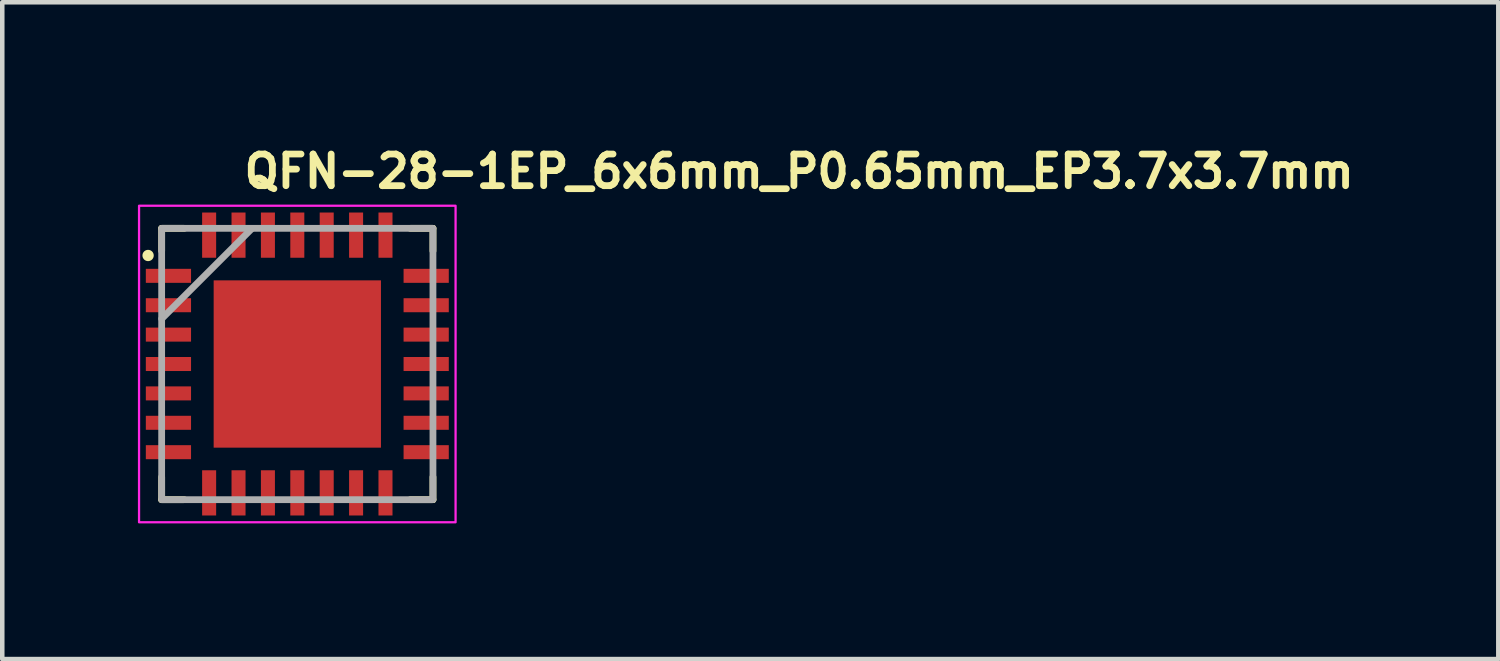
<source format=kicad_pcb>
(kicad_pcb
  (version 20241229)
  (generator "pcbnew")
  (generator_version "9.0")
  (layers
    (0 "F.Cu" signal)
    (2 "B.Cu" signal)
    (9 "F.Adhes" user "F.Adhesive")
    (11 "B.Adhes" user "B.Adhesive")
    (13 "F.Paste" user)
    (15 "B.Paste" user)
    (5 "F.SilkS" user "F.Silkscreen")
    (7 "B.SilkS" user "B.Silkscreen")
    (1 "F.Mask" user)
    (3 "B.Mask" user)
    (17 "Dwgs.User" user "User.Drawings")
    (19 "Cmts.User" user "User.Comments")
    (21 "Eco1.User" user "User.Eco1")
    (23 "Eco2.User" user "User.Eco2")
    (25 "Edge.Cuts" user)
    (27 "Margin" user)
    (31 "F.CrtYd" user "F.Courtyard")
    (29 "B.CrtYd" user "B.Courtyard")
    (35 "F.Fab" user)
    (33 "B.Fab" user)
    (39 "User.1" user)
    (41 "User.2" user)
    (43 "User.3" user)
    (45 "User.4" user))
  (footprint "QFN-28-1EP_6x6mm_P0.65mm_EP3.7x3.7mm"
    (layer "F.Cu")
    (at 3.525 5)
    (property "Reference" "QFN-28-1EP_6x6mm_P0.65mm_EP3.7x3.7mm" (at -1.25 -3.85 0) (layer "F.SilkS") (effects (font (size 0.7 0.7) (thickness 0.15)) (justify left bottom)))
    (attr smd)
    (fp_line (start -3 -3) (end -3 -2.5) (stroke (width 0.15) (type solid)) (layer "F.SilkS"))
    (fp_line (start -3 -3) (end -2.5 -3) (stroke (width 0.15) (type solid)) (layer "F.SilkS"))
    (fp_line (start -3 3) (end -3 2.5) (stroke (width 0.15) (type solid)) (layer "F.SilkS"))
    (fp_line (start -3 3) (end -2.5 3) (stroke (width 0.15) (type solid)) (layer "F.SilkS"))
    (fp_line (start 3 -3) (end 2.5 -3) (stroke (width 0.15) (type solid)) (layer "F.SilkS"))
    (fp_line (start 3 -3) (end 3 -2.5) (stroke (width 0.15) (type solid)) (layer "F.SilkS"))
    (fp_line (start 3 3) (end 2.5 3) (stroke (width 0.15) (type solid)) (layer "F.SilkS"))
    (fp_line (start 3 3) (end 3 2.5) (stroke (width 0.15) (type solid)) (layer "F.SilkS"))
    (fp_circle (center -3.3 -2.4) (end -3.25 -2.4) (stroke (width 0.15) (type solid)) (fill yes) (layer "F.SilkS"))
    (fp_poly (pts (xy -1.17 -1.17) (xy 1.17 -1.17) (xy 1.17 1.17) (xy -1.17 1.17)) (stroke (width 0.01) (type solid)) (fill yes) (layer "F.Paste"))
    (fp_rect (start -3.5 -3.5) (end 3.5 3.5) (stroke (width 0.05) (type solid)) (fill no) (layer "F.CrtYd"))
    (fp_line (start -3 -1) (end -1 -3) (stroke (width 0.15) (type solid)) (layer "F.Fab"))
    (fp_rect (start -3 -3) (end 3 3) (stroke (width 0.15) (type solid)) (fill no) (layer "F.Fab"))
    (fp_rect (start -3.01 -3.01) (end 3.01 3.01) (stroke (width 0.1) (type solid)) (fill no) (layer "User.5"))
    (fp_line (start -3.01 -2.1) (end -3 -2.1) (stroke (width 0.02) (type solid)) (layer "User.9"))
    (fp_line (start -3.01 -1.8) (end -3.01 -2.1) (stroke (width 0.02) (type solid)) (layer "User.9"))
    (fp_line (start -3.01 -1.45) (end -3 -1.45) (stroke (width 0.02) (type solid)) (layer "User.9"))
    (fp_line (start -3.01 -1.15) (end -3.01 -1.45) (stroke (width 0.02) (type solid)) (layer "User.9"))
    (fp_line (start -3.01 -0.8) (end -3 -0.8) (stroke (width 0.02) (type solid)) (layer "User.9"))
    (fp_line (start -3.01 -0.5) (end -3.01 -0.8) (stroke (width 0.02) (type solid)) (layer "User.9"))
    (fp_line (start -3.01 -0.15) (end -3 -0.15) (stroke (width 0.02) (type solid)) (layer "User.9"))
    (fp_line (start -3.01 0.15) (end -3.01 -0.15) (stroke (width 0.02) (type solid)) (layer "User.9"))
    (fp_line (start -3.01 0.5) (end -3 0.5) (stroke (width 0.02) (type solid)) (layer "User.9"))
    (fp_line (start -3.01 0.8) (end -3.01 0.5) (stroke (width 0.02) (type solid)) (layer "User.9"))
    (fp_line (start -3.01 1.15) (end -3 1.15) (stroke (width 0.02) (type solid)) (layer "User.9"))
    (fp_line (start -3.01 1.45) (end -3.01 1.15) (stroke (width 0.02) (type solid)) (layer "User.9"))
    (fp_line (start -3.01 1.8) (end -3 1.8) (stroke (width 0.02) (type solid)) (layer "User.9"))
    (fp_line (start -3.01 2.1) (end -3.01 1.8) (stroke (width 0.02) (type solid)) (layer "User.9"))
    (fp_line (start -3 -3) (end -3 3) (stroke (width 0.02) (type solid)) (layer "User.9"))
    (fp_line (start -3 -1.8) (end -3.01 -1.8) (stroke (width 0.02) (type solid)) (layer "User.9"))
    (fp_line (start -3 -1.15) (end -3.01 -1.15) (stroke (width 0.02) (type solid)) (layer "User.9"))
    (fp_line (start -3 -0.5) (end -3.01 -0.5) (stroke (width 0.02) (type solid)) (layer "User.9"))
    (fp_line (start -3 0.15) (end -3.01 0.15) (stroke (width 0.02) (type solid)) (layer "User.9"))
    (fp_line (start -3 0.8) (end -3.01 0.8) (stroke (width 0.02) (type solid)) (layer "User.9"))
    (fp_line (start -3 1.45) (end -3.01 1.45) (stroke (width 0.02) (type solid)) (layer "User.9"))
    (fp_line (start -3 2.1) (end -3.01 2.1) (stroke (width 0.02) (type solid)) (layer "User.9"))
    (fp_line (start -3 3) (end 3 3) (stroke (width 0.02) (type solid)) (layer "User.9"))
    (fp_line (start -2.55 -2.3) (end -2.549 -2.284) (stroke (width 0.02) (type solid)) (layer "User.9"))
    (fp_line (start -2.549 -2.316) (end -2.55 -2.3) (stroke (width 0.02) (type solid)) (layer "User.9"))
    (fp_line (start -2.549 -2.284) (end -2.548 -2.268) (stroke (width 0.02) (type solid)) (layer "User.9"))
    (fp_line (start -2.548 -2.332) (end -2.549 -2.316) (stroke (width 0.02) (type solid)) (layer "User.9"))
    (fp_line (start -2.548 -2.268) (end -2.545 -2.252) (stroke (width 0.02) (type solid)) (layer "User.9"))
    (fp_line (start -2.545 -2.348) (end -2.548 -2.332) (stroke (width 0.02) (type solid)) (layer "User.9"))
    (fp_line (start -2.545 -2.252) (end -2.542 -2.236) (stroke (width 0.02) (type solid)) (layer "User.9"))
    (fp_line (start -2.542 -2.364) (end -2.545 -2.348) (stroke (width 0.02) (type solid)) (layer "User.9"))
    (fp_line (start -2.542 -2.236) (end -2.537 -2.22) (stroke (width 0.02) (type solid)) (layer "User.9"))
    (fp_line (start -2.537 -2.38) (end -2.542 -2.364) (stroke (width 0.02) (type solid)) (layer "User.9"))
    (fp_line (start -2.537 -2.22) (end -2.531 -2.205) (stroke (width 0.02) (type solid)) (layer "User.9"))
    (fp_line (start -2.531 -2.395) (end -2.537 -2.38) (stroke (width 0.02) (type solid)) (layer "User.9"))
    (fp_line (start -2.531 -2.205) (end -2.524 -2.19) (stroke (width 0.02) (type solid)) (layer "User.9"))
    (fp_line (start -2.524 -2.41) (end -2.531 -2.395) (stroke (width 0.02) (type solid)) (layer "User.9"))
    (fp_line (start -2.524 -2.19) (end -2.517 -2.175) (stroke (width 0.02) (type solid)) (layer "User.9"))
    (fp_line (start -2.517 -2.425) (end -2.524 -2.41) (stroke (width 0.02) (type solid)) (layer "User.9"))
    (fp_line (start -2.517 -2.425) (end -2.517 -2.425) (stroke (width 0.02) (type solid)) (layer "User.9"))
    (fp_line (start -2.517 -2.175) (end -2.517 -2.175) (stroke (width 0.02) (type solid)) (layer "User.9"))
    (fp_line (start -2.517 -2.175) (end -2.512 -2.168) (stroke (width 0.02) (type solid)) (layer "User.9"))
    (fp_line (start -2.512 -2.168) (end -2.508 -2.161) (stroke (width 0.02) (type solid)) (layer "User.9"))
    (fp_line (start -2.508 -2.439) (end -2.517 -2.425) (stroke (width 0.02) (type solid)) (layer "User.9"))
    (fp_line (start -2.508 -2.161) (end -2.503 -2.154) (stroke (width 0.02) (type solid)) (layer "User.9"))
    (fp_line (start -2.503 -2.154) (end -2.498 -2.147) (stroke (width 0.02) (type solid)) (layer "User.9"))
    (fp_line (start -2.498 -2.453) (end -2.508 -2.439) (stroke (width 0.02) (type solid)) (layer "User.9"))
    (fp_line (start -2.498 -2.147) (end -2.493 -2.141) (stroke (width 0.02) (type solid)) (layer "User.9"))
    (fp_line (start -2.493 -2.141) (end -2.488 -2.135) (stroke (width 0.02) (type solid)) (layer "User.9"))
    (fp_line (start -2.488 -2.465) (end -2.498 -2.453) (stroke (width 0.02) (type solid)) (layer "User.9"))
    (fp_line (start -2.488 -2.135) (end -2.482 -2.129) (stroke (width 0.02) (type solid)) (layer "User.9"))
    (fp_line (start -2.482 -2.129) (end -2.476 -2.123) (stroke (width 0.02) (type solid)) (layer "User.9"))
    (fp_line (start -2.476 -2.477) (end -2.488 -2.465) (stroke (width 0.02) (type solid)) (layer "User.9"))
    (fp_line (start -2.476 -2.123) (end -2.471 -2.117) (stroke (width 0.02) (type solid)) (layer "User.9"))
    (fp_line (start -2.471 -2.117) (end -2.464 -2.112) (stroke (width 0.02) (type solid)) (layer "User.9"))
    (fp_line (start -2.464 -2.488) (end -2.476 -2.477) (stroke (width 0.02) (type solid)) (layer "User.9"))
    (fp_line (start -2.464 -2.112) (end -2.458 -2.106) (stroke (width 0.02) (type solid)) (layer "User.9"))
    (fp_line (start -2.458 -2.106) (end -2.452 -2.101) (stroke (width 0.02) (type solid)) (layer "User.9"))
    (fp_line (start -2.452 -2.499) (end -2.464 -2.488) (stroke (width 0.02) (type solid)) (layer "User.9"))
    (fp_line (start -2.452 -2.101) (end -2.445 -2.097) (stroke (width 0.02) (type solid)) (layer "User.9"))
    (fp_line (start -2.445 -2.097) (end -2.439 -2.092) (stroke (width 0.02) (type solid)) (layer "User.9"))
    (fp_line (start -2.439 -2.508) (end -2.452 -2.499) (stroke (width 0.02) (type solid)) (layer "User.9"))
    (fp_line (start -2.439 -2.092) (end -2.432 -2.088) (stroke (width 0.02) (type solid)) (layer "User.9"))
    (fp_line (start -2.432 -2.088) (end -2.425 -2.083) (stroke (width 0.02) (type solid)) (layer "User.9"))
    (fp_line (start -2.425 -2.517) (end -2.439 -2.508) (stroke (width 0.02) (type solid)) (layer "User.9"))
    (fp_line (start -2.425 -2.083) (end -2.418 -2.08) (stroke (width 0.02) (type solid)) (layer "User.9"))
    (fp_line (start -2.418 -2.08) (end -2.411 -2.076) (stroke (width 0.02) (type solid)) (layer "User.9"))
    (fp_line (start -2.411 -2.524) (end -2.425 -2.517) (stroke (width 0.02) (type solid)) (layer "User.9"))
    (fp_line (start -2.411 -2.076) (end -2.403 -2.072) (stroke (width 0.02) (type solid)) (layer "User.9"))
    (fp_line (start -2.403 -2.072) (end -2.396 -2.069) (stroke (width 0.02) (type solid)) (layer "User.9"))
    (fp_line (start -2.396 -2.531) (end -2.411 -2.524) (stroke (width 0.02) (type solid)) (layer "User.9"))
    (fp_line (start -2.396 -2.069) (end -2.388 -2.066) (stroke (width 0.02) (type solid)) (layer "User.9"))
    (fp_line (start -2.388 -2.066) (end -2.381 -2.063) (stroke (width 0.02) (type solid)) (layer "User.9"))
    (fp_line (start -2.381 -2.537) (end -2.396 -2.531) (stroke (width 0.02) (type solid)) (layer "User.9"))
    (fp_line (start -2.381 -2.063) (end -2.373 -2.061) (stroke (width 0.02) (type solid)) (layer "User.9"))
    (fp_line (start -2.373 -2.061) (end -2.365 -2.059) (stroke (width 0.02) (type solid)) (layer "User.9"))
    (fp_line (start -2.365 -2.541) (end -2.381 -2.537) (stroke (width 0.02) (type solid)) (layer "User.9"))
    (fp_line (start -2.365 -2.059) (end -2.357 -2.057) (stroke (width 0.02) (type solid)) (layer "User.9"))
    (fp_line (start -2.357 -2.057) (end -2.349 -2.055) (stroke (width 0.02) (type solid)) (layer "User.9"))
    (fp_line (start -2.349 -2.545) (end -2.365 -2.541) (stroke (width 0.02) (type solid)) (layer "User.9"))
    (fp_line (start -2.349 -2.055) (end -2.341 -2.053) (stroke (width 0.02) (type solid)) (layer "User.9"))
    (fp_line (start -2.341 -2.053) (end -2.333 -2.052) (stroke (width 0.02) (type solid)) (layer "User.9"))
    (fp_line (start -2.333 -2.548) (end -2.349 -2.545) (stroke (width 0.02) (type solid)) (layer "User.9"))
    (fp_line (start -2.333 -2.052) (end -2.325 -2.051) (stroke (width 0.02) (type solid)) (layer "User.9"))
    (fp_line (start -2.325 -2.051) (end -2.317 -2.051) (stroke (width 0.02) (type solid)) (layer "User.9"))
    (fp_line (start -2.317 -2.549) (end -2.333 -2.548) (stroke (width 0.02) (type solid)) (layer "User.9"))
    (fp_line (start -2.317 -2.051) (end -2.308 -2.05) (stroke (width 0.02) (type solid)) (layer "User.9"))
    (fp_line (start -2.308 -2.05) (end -2.3 -2.05) (stroke (width 0.02) (type solid)) (layer "User.9"))
    (fp_line (start -2.3 -2.55) (end -2.317 -2.549) (stroke (width 0.02) (type solid)) (layer "User.9"))
    (fp_line (start -2.3 -2.05) (end -2.283 -2.051) (stroke (width 0.02) (type solid)) (layer "User.9"))
    (fp_line (start -2.292 -2.55) (end -2.3 -2.55) (stroke (width 0.02) (type solid)) (layer "User.9"))
    (fp_line (start -2.283 -2.549) (end -2.292 -2.55) (stroke (width 0.02) (type solid)) (layer "User.9"))
    (fp_line (start -2.283 -2.051) (end -2.267 -2.052) (stroke (width 0.02) (type solid)) (layer "User.9"))
    (fp_line (start -2.275 -2.549) (end -2.283 -2.549) (stroke (width 0.02) (type solid)) (layer "User.9"))
    (fp_line (start -2.267 -2.548) (end -2.275 -2.549) (stroke (width 0.02) (type solid)) (layer "User.9"))
    (fp_line (start -2.267 -2.052) (end -2.251 -2.055) (stroke (width 0.02) (type solid)) (layer "User.9"))
    (fp_line (start -2.259 -2.547) (end -2.267 -2.548) (stroke (width 0.02) (type solid)) (layer "User.9"))
    (fp_line (start -2.251 -2.545) (end -2.259 -2.547) (stroke (width 0.02) (type solid)) (layer "User.9"))
    (fp_line (start -2.251 -2.055) (end -2.235 -2.059) (stroke (width 0.02) (type solid)) (layer "User.9"))
    (fp_line (start -2.243 -2.543) (end -2.251 -2.545) (stroke (width 0.02) (type solid)) (layer "User.9"))
    (fp_line (start -2.235 -2.541) (end -2.243 -2.543) (stroke (width 0.02) (type solid)) (layer "User.9"))
    (fp_line (start -2.235 -2.059) (end -2.219 -2.063) (stroke (width 0.02) (type solid)) (layer "User.9"))
    (fp_line (start -2.227 -2.539) (end -2.235 -2.541) (stroke (width 0.02) (type solid)) (layer "User.9"))
    (fp_line (start -2.219 -2.537) (end -2.227 -2.539) (stroke (width 0.02) (type solid)) (layer "User.9"))
    (fp_line (start -2.219 -2.063) (end -2.204 -2.069) (stroke (width 0.02) (type solid)) (layer "User.9"))
    (fp_line (start -2.212 -2.534) (end -2.219 -2.537) (stroke (width 0.02) (type solid)) (layer "User.9"))
    (fp_line (start -2.204 -2.531) (end -2.212 -2.534) (stroke (width 0.02) (type solid)) (layer "User.9"))
    (fp_line (start -2.204 -2.069) (end -2.189 -2.076) (stroke (width 0.02) (type solid)) (layer "User.9"))
    (fp_line (start -2.197 -2.528) (end -2.204 -2.531) (stroke (width 0.02) (type solid)) (layer "User.9"))
    (fp_line (start -2.189 -2.524) (end -2.197 -2.528) (stroke (width 0.02) (type solid)) (layer "User.9"))
    (fp_line (start -2.189 -2.076) (end -2.175 -2.083) (stroke (width 0.02) (type solid)) (layer "User.9"))
    (fp_line (start -2.182 -2.52) (end -2.189 -2.524) (stroke (width 0.02) (type solid)) (layer "User.9"))
    (fp_line (start -2.175 -2.517) (end -2.182 -2.52) (stroke (width 0.02) (type solid)) (layer "User.9"))
    (fp_line (start -2.175 -2.083) (end -2.161 -2.092) (stroke (width 0.02) (type solid)) (layer "User.9"))
    (fp_line (start -2.168 -2.512) (end -2.175 -2.517) (stroke (width 0.02) (type solid)) (layer "User.9"))
    (fp_line (start -2.161 -2.508) (end -2.168 -2.512) (stroke (width 0.02) (type solid)) (layer "User.9"))
    (fp_line (start -2.161 -2.092) (end -2.148 -2.101) (stroke (width 0.02) (type solid)) (layer "User.9"))
    (fp_line (start -2.155 -2.503) (end -2.161 -2.508) (stroke (width 0.02) (type solid)) (layer "User.9"))
    (fp_line (start -2.148 -2.499) (end -2.155 -2.503) (stroke (width 0.02) (type solid)) (layer "User.9"))
    (fp_line (start -2.148 -2.101) (end -2.136 -2.112) (stroke (width 0.02) (type solid)) (layer "User.9"))
    (fp_line (start -2.142 -2.494) (end -2.148 -2.499) (stroke (width 0.02) (type solid)) (layer "User.9"))
    (fp_line (start -2.136 -2.488) (end -2.142 -2.494) (stroke (width 0.02) (type solid)) (layer "User.9"))
    (fp_line (start -2.136 -2.112) (end -2.124 -2.123) (stroke (width 0.02) (type solid)) (layer "User.9"))
    (fp_line (start -2.129 -2.483) (end -2.136 -2.488) (stroke (width 0.02) (type solid)) (layer "User.9"))
    (fp_line (start -2.124 -2.477) (end -2.129 -2.483) (stroke (width 0.02) (type solid)) (layer "User.9"))
    (fp_line (start -2.124 -2.123) (end -2.112 -2.135) (stroke (width 0.02) (type solid)) (layer "User.9"))
    (fp_line (start -2.118 -2.471) (end -2.124 -2.477) (stroke (width 0.02) (type solid)) (layer "User.9"))
    (fp_line (start -2.112 -2.465) (end -2.118 -2.471) (stroke (width 0.02) (type solid)) (layer "User.9"))
    (fp_line (start -2.112 -2.135) (end -2.102 -2.147) (stroke (width 0.02) (type solid)) (layer "User.9"))
    (fp_line (start -2.107 -2.459) (end -2.112 -2.465) (stroke (width 0.02) (type solid)) (layer "User.9"))
    (fp_line (start -2.102 -2.453) (end -2.107 -2.459) (stroke (width 0.02) (type solid)) (layer "User.9"))
    (fp_line (start -2.102 -2.147) (end -2.092 -2.161) (stroke (width 0.02) (type solid)) (layer "User.9"))
    (fp_line (start -2.1 -3.01) (end -1.8 -3.01) (stroke (width 0.02) (type solid)) (layer "User.9"))
    (fp_line (start -2.1 -3) (end -2.1 -3.01) (stroke (width 0.02) (type solid)) (layer "User.9"))
    (fp_line (start -2.1 3.01) (end -2.1 3) (stroke (width 0.02) (type solid)) (layer "User.9"))
    (fp_line (start -2.097 -2.446) (end -2.102 -2.453) (stroke (width 0.02) (type solid)) (layer "User.9"))
    (fp_line (start -2.092 -2.439) (end -2.097 -2.446) (stroke (width 0.02) (type solid)) (layer "User.9"))
    (fp_line (start -2.092 -2.161) (end -2.083 -2.175) (stroke (width 0.02) (type solid)) (layer "User.9"))
    (fp_line (start -2.088 -2.432) (end -2.092 -2.439) (stroke (width 0.02) (type solid)) (layer "User.9"))
    (fp_line (start -2.083 -2.425) (end -2.088 -2.432) (stroke (width 0.02) (type solid)) (layer "User.9"))
    (fp_line (start -2.083 -2.425) (end -2.083 -2.425) (stroke (width 0.02) (type solid)) (layer "User.9"))
    (fp_line (start -2.083 -2.175) (end -2.083 -2.175) (stroke (width 0.02) (type solid)) (layer "User.9"))
    (fp_line (start -2.083 -2.175) (end -2.076 -2.19) (stroke (width 0.02) (type solid)) (layer "User.9"))
    (fp_line (start -2.076 -2.41) (end -2.083 -2.425) (stroke (width 0.02) (type solid)) (layer "User.9"))
    (fp_line (start -2.076 -2.19) (end -2.069 -2.205) (stroke (width 0.02) (type solid)) (layer "User.9"))
    (fp_line (start -2.069 -2.395) (end -2.076 -2.41) (stroke (width 0.02) (type solid)) (layer "User.9"))
    (fp_line (start -2.069 -2.205) (end -2.063 -2.22) (stroke (width 0.02) (type solid)) (layer "User.9"))
    (fp_line (start -2.063 -2.38) (end -2.069 -2.395) (stroke (width 0.02) (type solid)) (layer "User.9"))
    (fp_line (start -2.063 -2.22) (end -2.058 -2.236) (stroke (width 0.02) (type solid)) (layer "User.9"))
    (fp_line (start -2.058 -2.364) (end -2.063 -2.38) (stroke (width 0.02) (type solid)) (layer "User.9"))
    (fp_line (start -2.058 -2.236) (end -2.055 -2.252) (stroke (width 0.02) (type solid)) (layer "User.9"))
    (fp_line (start -2.055 -2.348) (end -2.058 -2.364) (stroke (width 0.02) (type solid)) (layer "User.9"))
    (fp_line (start -2.055 -2.252) (end -2.052 -2.268) (stroke (width 0.02) (type solid)) (layer "User.9"))
    (fp_line (start -2.052 -2.332) (end -2.055 -2.348) (stroke (width 0.02) (type solid)) (layer "User.9"))
    (fp_line (start -2.052 -2.268) (end -2.051 -2.284) (stroke (width 0.02) (type solid)) (layer "User.9"))
    (fp_line (start -2.051 -2.316) (end -2.052 -2.332) (stroke (width 0.02) (type solid)) (layer "User.9"))
    (fp_line (start -2.051 -2.284) (end -2.05 -2.3) (stroke (width 0.02) (type solid)) (layer "User.9"))
    (fp_line (start -2.05 -2.3) (end -2.051 -2.316) (stroke (width 0.02) (type solid)) (layer "User.9"))
    (fp_line (start -1.8 -3.01) (end -1.8 -3) (stroke (width 0.02) (type solid)) (layer "User.9"))
    (fp_line (start -1.8 3) (end -1.8 3.01) (stroke (width 0.02) (type solid)) (layer "User.9"))
    (fp_line (start -1.8 3.01) (end -2.1 3.01) (stroke (width 0.02) (type solid)) (layer "User.9"))
    (fp_line (start -1.45 -3.01) (end -1.15 -3.01) (stroke (width 0.02) (type solid)) (layer "User.9"))
    (fp_line (start -1.45 -3) (end -1.45 -3.01) (stroke (width 0.02) (type solid)) (layer "User.9"))
    (fp_line (start -1.45 3.01) (end -1.45 3) (stroke (width 0.02) (type solid)) (layer "User.9"))
    (fp_line (start -1.15 -3.01) (end -1.15 -3) (stroke (width 0.02) (type solid)) (layer "User.9"))
    (fp_line (start -1.15 3) (end -1.15 3.01) (stroke (width 0.02) (type solid)) (layer "User.9"))
    (fp_line (start -1.15 3.01) (end -1.45 3.01) (stroke (width 0.02) (type solid)) (layer "User.9"))
    (fp_line (start -0.8 -3.01) (end -0.5 -3.01) (stroke (width 0.02) (type solid)) (layer "User.9"))
    (fp_line (start -0.8 -3) (end -0.8 -3.01) (stroke (width 0.02) (type solid)) (layer "User.9"))
    (fp_line (start -0.8 3.01) (end -0.8 3) (stroke (width 0.02) (type solid)) (layer "User.9"))
    (fp_line (start -0.5 -3.01) (end -0.5 -3) (stroke (width 0.02) (type solid)) (layer "User.9"))
    (fp_line (start -0.5 3) (end -0.5 3.01) (stroke (width 0.02) (type solid)) (layer "User.9"))
    (fp_line (start -0.5 3.01) (end -0.8 3.01) (stroke (width 0.02) (type solid)) (layer "User.9"))
    (fp_line (start -0.15 -3.01) (end 0.15 -3.01) (stroke (width 0.02) (type solid)) (layer "User.9"))
    (fp_line (start -0.15 -3) (end -0.15 -3.01) (stroke (width 0.02) (type solid)) (layer "User.9"))
    (fp_line (start -0.15 3.01) (end -0.15 3) (stroke (width 0.02) (type solid)) (layer "User.9"))
    (fp_line (start 0.15 -3.01) (end 0.15 -3) (stroke (width 0.02) (type solid)) (layer "User.9"))
    (fp_line (start 0.15 3) (end 0.15 3.01) (stroke (width 0.02) (type solid)) (layer "User.9"))
    (fp_line (start 0.15 3.01) (end -0.15 3.01) (stroke (width 0.02) (type solid)) (layer "User.9"))
    (fp_line (start 0.5 -3.01) (end 0.8 -3.01) (stroke (width 0.02) (type solid)) (layer "User.9"))
    (fp_line (start 0.5 -3) (end 0.5 -3.01) (stroke (width 0.02) (type solid)) (layer "User.9"))
    (fp_line (start 0.5 3.01) (end 0.5 3) (stroke (width 0.02) (type solid)) (layer "User.9"))
    (fp_line (start 0.8 -3.01) (end 0.8 -3) (stroke (width 0.02) (type solid)) (layer "User.9"))
    (fp_line (start 0.8 3) (end 0.8 3.01) (stroke (width 0.02) (type solid)) (layer "User.9"))
    (fp_line (start 0.8 3.01) (end 0.5 3.01) (stroke (width 0.02) (type solid)) (layer "User.9"))
    (fp_line (start 1.15 -3.01) (end 1.45 -3.01) (stroke (width 0.02) (type solid)) (layer "User.9"))
    (fp_line (start 1.15 -3) (end 1.15 -3.01) (stroke (width 0.02) (type solid)) (layer "User.9"))
    (fp_line (start 1.15 3.01) (end 1.15 3) (stroke (width 0.02) (type solid)) (layer "User.9"))
    (fp_line (start 1.45 -3.01) (end 1.45 -3) (stroke (width 0.02) (type solid)) (layer "User.9"))
    (fp_line (start 1.45 3) (end 1.45 3.01) (stroke (width 0.02) (type solid)) (layer "User.9"))
    (fp_line (start 1.45 3.01) (end 1.15 3.01) (stroke (width 0.02) (type solid)) (layer "User.9"))
    (fp_line (start 1.8 -3.01) (end 2.1 -3.01) (stroke (width 0.02) (type solid)) (layer "User.9"))
    (fp_line (start 1.8 -3) (end 1.8 -3.01) (stroke (width 0.02) (type solid)) (layer "User.9"))
    (fp_line (start 1.8 3.01) (end 1.8 3) (stroke (width 0.02) (type solid)) (layer "User.9"))
    (fp_line (start 2.1 -3.01) (end 2.1 -3) (stroke (width 0.02) (type solid)) (layer "User.9"))
    (fp_line (start 2.1 3) (end 2.1 3.01) (stroke (width 0.02) (type solid)) (layer "User.9"))
    (fp_line (start 2.1 3.01) (end 1.8 3.01) (stroke (width 0.02) (type solid)) (layer "User.9"))
    (fp_line (start 3 -3) (end -3 -3) (stroke (width 0.02) (type solid)) (layer "User.9"))
    (fp_line (start 3 -2.1) (end 3.01 -2.1) (stroke (width 0.02) (type solid)) (layer "User.9"))
    (fp_line (start 3 -1.45) (end 3.01 -1.45) (stroke (width 0.02) (type solid)) (layer "User.9"))
    (fp_line (start 3 -0.8) (end 3.01 -0.8) (stroke (width 0.02) (type solid)) (layer "User.9"))
    (fp_line (start 3 -0.15) (end 3.01 -0.15) (stroke (width 0.02) (type solid)) (layer "User.9"))
    (fp_line (start 3 0.5) (end 3.01 0.5) (stroke (width 0.02) (type solid)) (layer "User.9"))
    (fp_line (start 3 1.15) (end 3.01 1.15) (stroke (width 0.02) (type solid)) (layer "User.9"))
    (fp_line (start 3 1.8) (end 3.01 1.8) (stroke (width 0.02) (type solid)) (layer "User.9"))
    (fp_line (start 3 3) (end 3 -3) (stroke (width 0.02) (type solid)) (layer "User.9"))
    (fp_line (start 3.01 -2.1) (end 3.01 -1.8) (stroke (width 0.02) (type solid)) (layer "User.9"))
    (fp_line (start 3.01 -1.8) (end 3 -1.8) (stroke (width 0.02) (type solid)) (layer "User.9"))
    (fp_line (start 3.01 -1.45) (end 3.01 -1.15) (stroke (width 0.02) (type solid)) (layer "User.9"))
    (fp_line (start 3.01 -1.15) (end 3 -1.15) (stroke (width 0.02) (type solid)) (layer "User.9"))
    (fp_line (start 3.01 -0.8) (end 3.01 -0.5) (stroke (width 0.02) (type solid)) (layer "User.9"))
    (fp_line (start 3.01 -0.5) (end 3 -0.5) (stroke (width 0.02) (type solid)) (layer "User.9"))
    (fp_line (start 3.01 -0.15) (end 3.01 0.15) (stroke (width 0.02) (type solid)) (layer "User.9"))
    (fp_line (start 3.01 0.15) (end 3 0.15) (stroke (width 0.02) (type solid)) (layer "User.9"))
    (fp_line (start 3.01 0.5) (end 3.01 0.8) (stroke (width 0.02) (type solid)) (layer "User.9"))
    (fp_line (start 3.01 0.8) (end 3 0.8) (stroke (width 0.02) (type solid)) (layer "User.9"))
    (fp_line (start 3.01 1.15) (end 3.01 1.45) (stroke (width 0.02) (type solid)) (layer "User.9"))
    (fp_line (start 3.01 1.45) (end 3 1.45) (stroke (width 0.02) (type solid)) (layer "User.9"))
    (fp_line (start 3.01 1.8) (end 3.01 2.1) (stroke (width 0.02) (type solid)) (layer "User.9"))
    (fp_line (start 3.01 2.1) (end 3 2.1) (stroke (width 0.02) (type solid)) (layer "User.9"))
    (pad "1" smd rect (at -2.85 -1.95) (size 1 0.31) (layers "F.Cu" "F.Mask" "F.Paste"))
    (pad "2" smd rect (at -2.85 -1.3) (size 1 0.31) (layers "F.Cu" "F.Mask" "F.Paste"))
    (pad "3" smd rect (at -2.85 -0.65) (size 1 0.31) (layers "F.Cu" "F.Mask" "F.Paste"))
    (pad "4" smd rect (at -2.85 0) (size 1 0.31) (layers "F.Cu" "F.Mask" "F.Paste"))
    (pad "5" smd rect (at -2.85 0.65) (size 1 0.31) (layers "F.Cu" "F.Mask" "F.Paste"))
    (pad "6" smd rect (at -2.85 1.3) (size 1 0.31) (layers "F.Cu" "F.Mask" "F.Paste"))
    (pad "7" smd rect (at -2.85 1.95) (size 1 0.31) (layers "F.Cu" "F.Mask" "F.Paste"))
    (pad "8" smd rect (at -1.95 2.85) (size 0.31 1) (layers "F.Cu" "F.Mask" "F.Paste"))
    (pad "9" smd rect (at -1.3 2.85) (size 0.31 1) (layers "F.Cu" "F.Mask" "F.Paste"))
    (pad "10" smd rect (at -0.65 2.85) (size 0.31 1) (layers "F.Cu" "F.Mask" "F.Paste"))
    (pad "11" smd rect (at 0 2.85) (size 0.31 1) (layers "F.Cu" "F.Mask" "F.Paste"))
    (pad "12" smd rect (at 0.65 2.85) (size 0.31 1) (layers "F.Cu" "F.Mask" "F.Paste"))
    (pad "13" smd rect (at 1.3 2.85) (size 0.31 1) (layers "F.Cu" "F.Mask" "F.Paste"))
    (pad "14" smd rect (at 1.95 2.85) (size 0.31 1) (layers "F.Cu" "F.Mask" "F.Paste"))
    (pad "15" smd rect (at 2.85 1.95) (size 1 0.31) (layers "F.Cu" "F.Mask" "F.Paste"))
    (pad "16" smd rect (at 2.85 1.3) (size 1 0.31) (layers "F.Cu" "F.Mask" "F.Paste"))
    (pad "17" smd rect (at 2.85 0.65) (size 1 0.31) (layers "F.Cu" "F.Mask" "F.Paste"))
    (pad "18" smd rect (at 2.85 0) (size 1 0.31) (layers "F.Cu" "F.Mask" "F.Paste"))
    (pad "19" smd rect (at 2.85 -0.65) (size 1 0.31) (layers "F.Cu" "F.Mask" "F.Paste"))
    (pad "20" smd rect (at 2.85 -1.3) (size 1 0.31) (layers "F.Cu" "F.Mask" "F.Paste"))
    (pad "21" smd rect (at 2.85 -1.95) (size 1 0.31) (layers "F.Cu" "F.Mask" "F.Paste"))
    (pad "22" smd rect (at 1.95 -2.85) (size 0.31 1) (layers "F.Cu" "F.Mask" "F.Paste"))
    (pad "23" smd rect (at 1.3 -2.85) (size 0.31 1) (layers "F.Cu" "F.Mask" "F.Paste"))
    (pad "24" smd rect (at 0.65 -2.85) (size 0.31 1) (layers "F.Cu" "F.Mask" "F.Paste"))
    (pad "25" smd rect (at 0 -2.85) (size 0.31 1) (layers "F.Cu" "F.Mask" "F.Paste"))
    (pad "26" smd rect (at -0.65 -2.85) (size 0.31 1) (layers "F.Cu" "F.Mask" "F.Paste"))
    (pad "27" smd rect (at -1.3 -2.85) (size 0.31 1) (layers "F.Cu" "F.Mask" "F.Paste"))
    (pad "28" smd rect (at -1.95 -2.85) (size 0.31 1) (layers "F.Cu" "F.Mask" "F.Paste"))
    (pad "29" smd rect (at 0 0) (size 3.7 3.7) (layers "F.Cu" "F.Mask")))
  (gr_rect
    (start -3 -3)
    (end 30.085 11.525)
    (stroke (width 0.1) (type default))
    (fill no)
    (layer "Edge.Cuts")))
</source>
